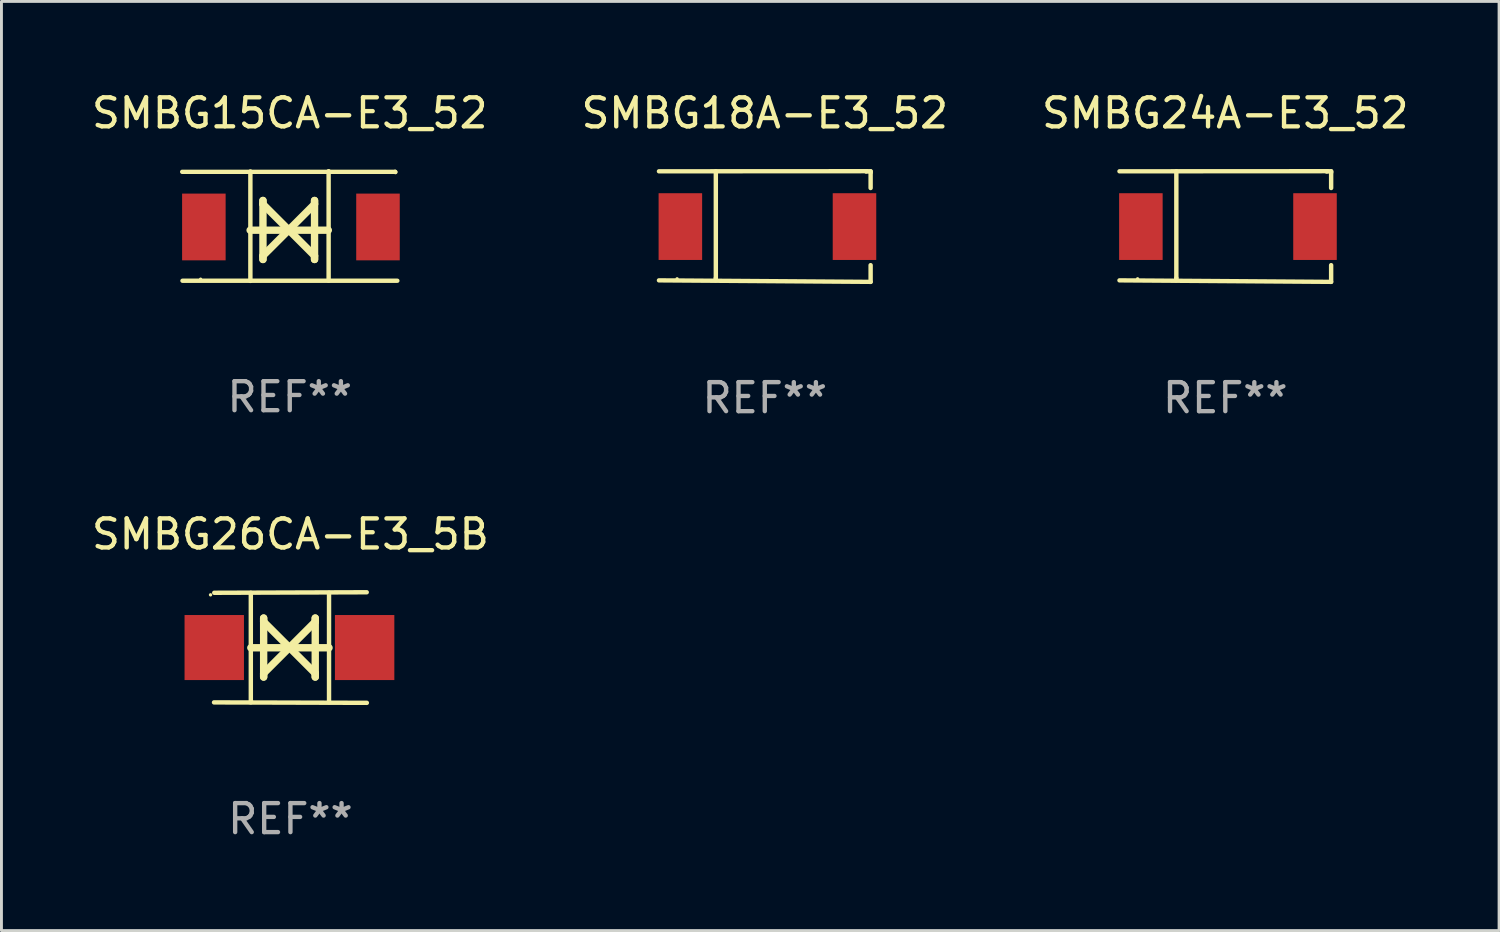
<source format=kicad_pcb>
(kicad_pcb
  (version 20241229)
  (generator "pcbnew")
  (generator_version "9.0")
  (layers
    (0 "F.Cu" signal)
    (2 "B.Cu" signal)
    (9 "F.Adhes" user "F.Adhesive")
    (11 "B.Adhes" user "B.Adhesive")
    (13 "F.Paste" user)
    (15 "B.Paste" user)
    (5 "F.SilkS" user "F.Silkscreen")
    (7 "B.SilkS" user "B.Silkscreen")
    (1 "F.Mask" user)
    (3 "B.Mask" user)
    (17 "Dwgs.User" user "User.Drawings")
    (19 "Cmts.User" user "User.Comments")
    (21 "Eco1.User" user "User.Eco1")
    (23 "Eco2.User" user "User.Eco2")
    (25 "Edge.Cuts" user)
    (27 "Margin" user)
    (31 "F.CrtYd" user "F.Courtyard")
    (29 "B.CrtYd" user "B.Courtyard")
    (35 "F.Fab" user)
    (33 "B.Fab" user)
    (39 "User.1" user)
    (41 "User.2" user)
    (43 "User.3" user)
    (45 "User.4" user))
  (footprint "SMBG26CA-E3_5B"
    (layer "F.Cu")
    (at 6.958 19.264)
    (property "Reference" "SMBG26CA-E3_5B" (at 0 -3.905 0) (layer "F.SilkS") (effects (font (size 1 1) (thickness 0.15))))
    (attr through_hole)
    (fp_line (start -1.365 1.886) (end -1.365 -1.886) (stroke (width 0.152) (type solid)) (layer "F.SilkS"))
    (fp_line (start -1.365 0.008) (end 1.33 0.008) (stroke (width 0.254) (type solid)) (layer "F.SilkS"))
    (fp_line (start -0.923 -1.016) (end -0.923 1.016) (stroke (width 0.254) (type solid)) (layer "F.SilkS"))
    (fp_line (start -0.923 -0.889) (end -0.923 -1.016) (stroke (width 0.254) (type solid)) (layer "F.SilkS"))
    (fp_line (start -0.923 0.889) (end -0.034 0) (stroke (width 0.254) (type solid)) (layer "F.SilkS"))
    (fp_line (start -0.923 1.016) (end -0.923 0.889) (stroke (width 0.254) (type solid)) (layer "F.SilkS"))
    (fp_line (start -0.034 0) (end -0.923 -0.889) (stroke (width 0.254) (type solid)) (layer "F.SilkS"))
    (fp_line (start -0.034 0) (end 0.855 0.889) (stroke (width 0.254) (type solid)) (layer "F.SilkS"))
    (fp_line (start 0.855 -1.016) (end 0.855 -0.889) (stroke (width 0.254) (type solid)) (layer "F.SilkS"))
    (fp_line (start 0.855 -0.889) (end -0.034 0) (stroke (width 0.254) (type solid)) (layer "F.SilkS"))
    (fp_line (start 0.855 0.889) (end 0.855 1.016) (stroke (width 0.254) (type solid)) (layer "F.SilkS"))
    (fp_line (start 0.855 1.016) (end 0.855 -1.016) (stroke (width 0.254) (type solid)) (layer "F.SilkS"))
    (fp_line (start 1.33 1.886) (end 1.33 -1.886) (stroke (width 0.152) (type solid)) (layer "F.SilkS"))
    (fp_line (start 2.629 -1.905) (end -2.625 -1.887) (stroke (width 0.152) (type solid)) (layer "F.SilkS"))
    (fp_line (start 2.633 1.905) (end -2.633 1.89) (stroke (width 0.152) (type solid)) (layer "F.SilkS"))
    (fp_circle (center -2.753 -1.816) (end -2.723 -1.816) (stroke (width 0.06) (type solid)) (fill no) (layer "F.SilkS"))
    (fp_text user "REF**" (at 0 5.905 0) (layer "F.Fab") (effects (font (size 1 1) (thickness 0.15))))
    (pad "1" smd rect (at -2.625 0) (size 2.047 2.241) (layers "F.Cu" "F.Mask" "F.Paste"))
    (pad "2" smd rect (at 2.557 0) (size 2.047 2.241) (layers "F.Cu" "F.Mask" "F.Paste")))
  (footprint "SMBG15CA-E3_52"
    (layer "F.Cu")
    (at 6.935 4.739)
    (property "Reference" "SMBG15CA-E3_52" (at 0 -3.891 0) (layer "F.SilkS") (effects (font (size 1 1) (thickness 0.15))))
    (attr through_hole)
    (fp_line (start -3.707 -1.868) (end 3.631 -1.868) (stroke (width 0.15) (type solid)) (layer "F.SilkS"))
    (fp_line (start -3.697 1.885) (end 3.707 1.885) (stroke (width 0.15) (type solid)) (layer "F.SilkS"))
    (fp_line (start -1.366 0.144) (end 1.329 0.144) (stroke (width 0.254) (type solid)) (layer "F.SilkS"))
    (fp_line (start -1.357 1.891) (end -1.357 -1.881) (stroke (width 0.152) (type solid)) (layer "F.SilkS"))
    (fp_line (start -0.924 -0.88) (end -0.924 1.152) (stroke (width 0.254) (type solid)) (layer "F.SilkS"))
    (fp_line (start -0.924 -0.753) (end -0.924 -0.88) (stroke (width 0.254) (type solid)) (layer "F.SilkS"))
    (fp_line (start -0.924 1.025) (end -0.035 0.136) (stroke (width 0.254) (type solid)) (layer "F.SilkS"))
    (fp_line (start -0.924 1.152) (end -0.924 1.025) (stroke (width 0.254) (type solid)) (layer "F.SilkS"))
    (fp_line (start -0.035 0.136) (end -0.924 -0.753) (stroke (width 0.254) (type solid)) (layer "F.SilkS"))
    (fp_line (start -0.035 0.136) (end 0.854 1.025) (stroke (width 0.254) (type solid)) (layer "F.SilkS"))
    (fp_line (start 0.854 -0.88) (end 0.854 -0.753) (stroke (width 0.254) (type solid)) (layer "F.SilkS"))
    (fp_line (start 0.854 -0.753) (end -0.035 0.136) (stroke (width 0.254) (type solid)) (layer "F.SilkS"))
    (fp_line (start 0.854 1.025) (end 0.854 1.152) (stroke (width 0.254) (type solid)) (layer "F.SilkS"))
    (fp_line (start 0.854 1.152) (end 0.854 -0.88) (stroke (width 0.254) (type solid)) (layer "F.SilkS"))
    (fp_line (start 1.339 1.881) (end 1.339 -1.891) (stroke (width 0.152) (type solid)) (layer "F.SilkS"))
    (fp_line (start 3.631 -1.868) (end 3.641 -1.859) (stroke (width 0.15) (type solid)) (layer "F.SilkS"))
    (fp_circle (center -3.072 1.832) (end -3.042 1.832) (stroke (width 0.06) (type solid)) (fill no) (layer "F.SilkS"))
    (fp_text user "REF**" (at 0 5.891 0) (layer "F.Fab") (effects (font (size 1 1) (thickness 0.15))))
    (pad "1" smd rect (at -2.96 0.032) (size 1.5 2.3) (layers "F.Cu" "F.Mask" "F.Paste"))
    (pad "2" smd rect (at 3.04 0.032) (size 1.5 2.3) (layers "F.Cu" "F.Mask" "F.Paste")))
  (footprint "SMBG24A-E3_52"
    (layer "F.Cu")
    (at 39.173 4.756)
    (property "Reference" "SMBG24A-E3_52" (at 0 -3.907 0) (layer "F.SilkS") (effects (font (size 1 1) (thickness 0.15))))
    (attr through_hole)
    (fp_line (start -3.647 -1.903) (end 3.529 -1.907) (stroke (width 0.15) (type solid)) (layer "F.SilkS"))
    (fp_line (start -3.647 1.855) (end 3.647 1.907) (stroke (width 0.15) (type solid)) (layer "F.SilkS"))
    (fp_line (start -1.687 -1.903) (end -1.687 1.777) (stroke (width 0.152) (type solid)) (layer "F.SilkS"))
    (fp_line (start -1.687 1.777) (end -1.697 1.851) (stroke (width 0.152) (type solid)) (layer "F.SilkS"))
    (fp_line (start 3.491 -1.903) (end 3.487 -1.907) (stroke (width 0.152) (type solid)) (layer "F.SilkS"))
    (fp_line (start 3.647 -1.903) (end 3.491 -1.903) (stroke (width 0.152) (type solid)) (layer "F.SilkS"))
    (fp_line (start 3.647 -1.863) (end 3.647 -1.903) (stroke (width 0.152) (type solid)) (layer "F.SilkS"))
    (fp_line (start 3.647 -1.328) (end 3.647 -1.863) (stroke (width 0.152) (type solid)) (layer "F.SilkS"))
    (fp_line (start 3.647 1.907) (end 3.647 1.332) (stroke (width 0.152) (type solid)) (layer "F.SilkS"))
    (fp_circle (center -3.022 1.802) (end -2.992 1.802) (stroke (width 0.06) (type solid)) (fill no) (layer "F.SilkS"))
    (fp_text user "REF**" (at 0 5.907 0) (layer "F.Fab") (effects (font (size 1 1) (thickness 0.15))))
    (pad "1" smd rect (at -2.909 0.002) (size 1.5 2.3) (layers "F.Cu" "F.Mask" "F.Paste"))
    (pad "2" smd rect (at 3.091 0.002) (size 1.5 2.3) (layers "F.Cu" "F.Mask" "F.Paste")))
  (footprint "SMBG18A-E3_52"
    (layer "F.Cu")
    (at 23.304 4.756)
    (property "Reference" "SMBG18A-E3_52" (at 0 -3.907 0) (layer "F.SilkS") (effects (font (size 1 1) (thickness 0.15))))
    (attr through_hole)
    (fp_line (start -3.647 -1.903) (end 3.529 -1.907) (stroke (width 0.15) (type solid)) (layer "F.SilkS"))
    (fp_line (start -3.647 1.855) (end 3.647 1.907) (stroke (width 0.15) (type solid)) (layer "F.SilkS"))
    (fp_line (start -1.687 -1.903) (end -1.687 1.777) (stroke (width 0.152) (type solid)) (layer "F.SilkS"))
    (fp_line (start -1.687 1.777) (end -1.697 1.851) (stroke (width 0.152) (type solid)) (layer "F.SilkS"))
    (fp_line (start 3.491 -1.903) (end 3.487 -1.907) (stroke (width 0.152) (type solid)) (layer "F.SilkS"))
    (fp_line (start 3.647 -1.903) (end 3.491 -1.903) (stroke (width 0.152) (type solid)) (layer "F.SilkS"))
    (fp_line (start 3.647 -1.863) (end 3.647 -1.903) (stroke (width 0.152) (type solid)) (layer "F.SilkS"))
    (fp_line (start 3.647 -1.328) (end 3.647 -1.863) (stroke (width 0.152) (type solid)) (layer "F.SilkS"))
    (fp_line (start 3.647 1.907) (end 3.647 1.332) (stroke (width 0.152) (type solid)) (layer "F.SilkS"))
    (fp_circle (center -3.022 1.802) (end -2.992 1.802) (stroke (width 0.06) (type solid)) (fill no) (layer "F.SilkS"))
    (fp_text user "REF**" (at 0 5.907 0) (layer "F.Fab") (effects (font (size 1 1) (thickness 0.15))))
    (pad "1" smd rect (at -2.909 0.002) (size 1.5 2.3) (layers "F.Cu" "F.Mask" "F.Paste"))
    (pad "2" smd rect (at 3.091 0.002) (size 1.5 2.3) (layers "F.Cu" "F.Mask" "F.Paste")))
  (gr_rect
    (start -3 -3)
    (end 48.607 29.018)
    (stroke (width 0.1) (type default))
    (fill no)
    (layer "Edge.Cuts")))
</source>
